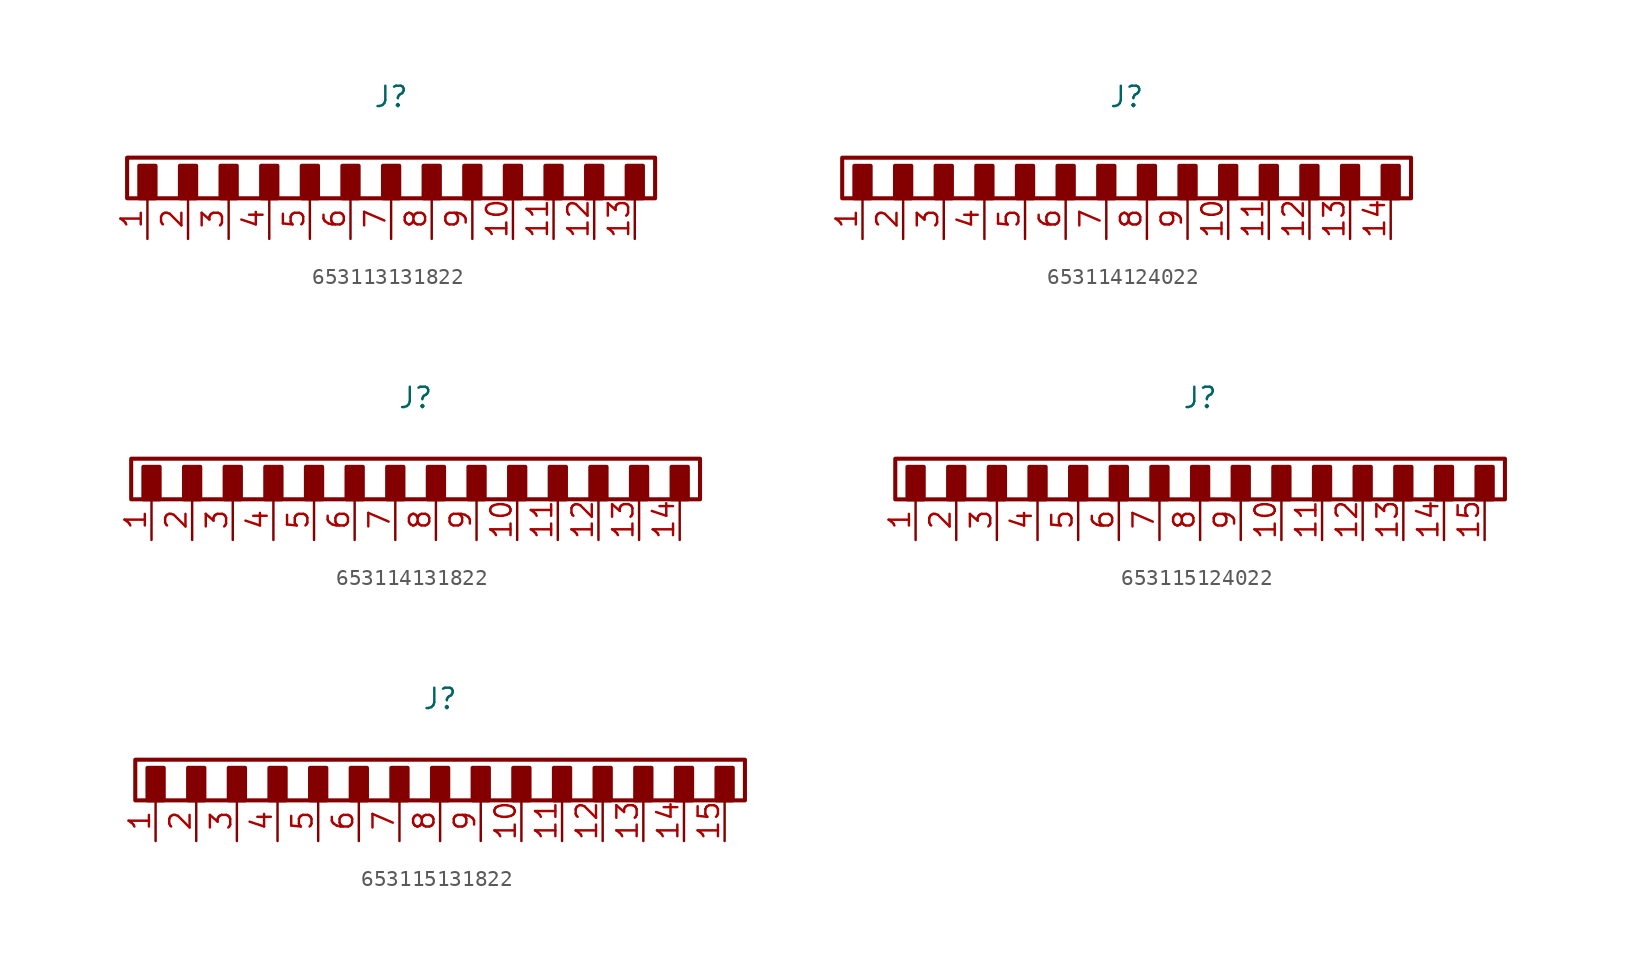
<source format=kicad_sym>
(kicad_symbol_lib
  (version 20241209)
  (generator "kicad_symbol_editor")
  (generator_version "9.0")
  (symbol "653113131822"
    (pin_names
      (hide yes))
    (property "Reference" "J"
      (at 0 5.08 0)
      (effects (font (size 1.27 1.27))))
    (symbol "653113131822_1_1"
      (rectangle (start -16.51 1.27) (end 16.51 -1.27) (stroke (width 0.254) (type solid)) (fill (type none)))
      (rectangle (start -14.732 0.762) (end -15.748 -1.27) (stroke (width 0.254) (type solid)) (fill (type outline)))
      (rectangle (start -12.192 0.762) (end -13.208 -1.27) (stroke (width 0.254) (type solid)) (fill (type outline)))
      (rectangle (start -9.652 0.762) (end -10.668 -1.27) (stroke (width 0.254) (type solid)) (fill (type outline)))
      (rectangle (start -7.112 0.762) (end -8.128 -1.27) (stroke (width 0.254) (type solid)) (fill (type outline)))
      (rectangle (start -4.572 0.762) (end -5.588 -1.27) (stroke (width 0.254) (type solid)) (fill (type outline)))
      (rectangle (start -2.032 0.762) (end -3.048 -1.27) (stroke (width 0.254) (type solid)) (fill (type outline)))
      (rectangle (start 0.508 0.762) (end -0.508 -1.27) (stroke (width 0.254) (type solid)) (fill (type outline)))
      (rectangle (start 3.048 0.762) (end 2.032 -1.27) (stroke (width 0.254) (type solid)) (fill (type outline)))
      (rectangle (start 5.588 0.762) (end 4.572 -1.27) (stroke (width 0.254) (type solid)) (fill (type outline)))
      (rectangle (start 8.128 0.762) (end 7.112 -1.27) (stroke (width 0.254) (type solid)) (fill (type outline)))
      (rectangle (start 10.668 0.762) (end 9.652 -1.27) (stroke (width 0.254) (type solid)) (fill (type outline)))
      (rectangle (start 13.208 0.762) (end 12.192 -1.27) (stroke (width 0.254) (type solid)) (fill (type outline)))
      (rectangle (start 15.748 0.762) (end 14.732 -1.27) (stroke (width 0.254) (type solid)) (fill (type outline)))
      (pin passive line (at -15.24 -3.81 90) (length 2.54) (name "1" (effects (font (size 1.27 1.27)))) (number "1" (effects (font (size 1.27 1.27)))))
      (pin passive line (at -12.7 -3.81 90) (length 2.54) (name "2" (effects (font (size 1.27 1.27)))) (number "2" (effects (font (size 1.27 1.27)))))
      (pin passive line (at -10.16 -3.81 90) (length 2.54) (name "3" (effects (font (size 1.27 1.27)))) (number "3" (effects (font (size 1.27 1.27)))))
      (pin passive line (at -7.62 -3.81 90) (length 2.54) (name "4" (effects (font (size 1.27 1.27)))) (number "4" (effects (font (size 1.27 1.27)))))
      (pin passive line (at -5.08 -3.81 90) (length 2.54) (name "5" (effects (font (size 1.27 1.27)))) (number "5" (effects (font (size 1.27 1.27)))))
      (pin passive line (at -2.54 -3.81 90) (length 2.54) (name "6" (effects (font (size 1.27 1.27)))) (number "6" (effects (font (size 1.27 1.27)))))
      (pin passive line (at 0 -3.81 90) (length 2.54) (name "7" (effects (font (size 1.27 1.27)))) (number "7" (effects (font (size 1.27 1.27)))))
      (pin passive line (at 2.54 -3.81 90) (length 2.54) (name "8" (effects (font (size 1.27 1.27)))) (number "8" (effects (font (size 1.27 1.27)))))
      (pin passive line (at 5.08 -3.81 90) (length 2.54) (name "9" (effects (font (size 1.27 1.27)))) (number "9" (effects (font (size 1.27 1.27)))))
      (pin passive line (at 7.62 -3.81 90) (length 2.54) (name "10" (effects (font (size 1.27 1.27)))) (number "10" (effects (font (size 1.27 1.27)))))
      (pin passive line (at 10.16 -3.81 90) (length 2.54) (name "11" (effects (font (size 1.27 1.27)))) (number "11" (effects (font (size 1.27 1.27)))))
      (pin passive line (at 12.7 -3.81 90) (length 2.54) (name "12" (effects (font (size 1.27 1.27)))) (number "12" (effects (font (size 1.27 1.27)))))
      (pin passive line (at 15.24 -3.81 90) (length 2.54) (name "13" (effects (font (size 1.27 1.27)))) (number "13" (effects (font (size 1.27 1.27)))))))
  (symbol "653114124022"
    (pin_names
      (hide yes))
    (property "Reference" "J"
      (at 0 5.08 0)
      (effects (font (size 1.27 1.27))))
    (symbol "653114124022_1_1"
      (rectangle (start -17.78 1.27) (end 17.78 -1.27) (stroke (width 0.254) (type solid)) (fill (type none)))
      (rectangle (start -16.002 0.762) (end -17.018 -1.27) (stroke (width 0.254) (type solid)) (fill (type outline)))
      (rectangle (start -13.462 0.762) (end -14.478 -1.27) (stroke (width 0.254) (type solid)) (fill (type outline)))
      (rectangle (start -10.922 0.762) (end -11.938 -1.27) (stroke (width 0.254) (type solid)) (fill (type outline)))
      (rectangle (start -8.382 0.762) (end -9.398 -1.27) (stroke (width 0.254) (type solid)) (fill (type outline)))
      (rectangle (start -5.842 0.762) (end -6.858 -1.27) (stroke (width 0.254) (type solid)) (fill (type outline)))
      (rectangle (start -3.302 0.762) (end -4.318 -1.27) (stroke (width 0.254) (type solid)) (fill (type outline)))
      (rectangle (start -0.762 0.762) (end -1.778 -1.27) (stroke (width 0.254) (type solid)) (fill (type outline)))
      (rectangle (start 1.778 0.762) (end 0.762 -1.27) (stroke (width 0.254) (type solid)) (fill (type outline)))
      (rectangle (start 4.318 0.762) (end 3.302 -1.27) (stroke (width 0.254) (type solid)) (fill (type outline)))
      (rectangle (start 6.858 0.762) (end 5.842 -1.27) (stroke (width 0.254) (type solid)) (fill (type outline)))
      (rectangle (start 9.398 0.762) (end 8.382 -1.27) (stroke (width 0.254) (type solid)) (fill (type outline)))
      (rectangle (start 11.938 0.762) (end 10.922 -1.27) (stroke (width 0.254) (type solid)) (fill (type outline)))
      (rectangle (start 14.478 0.762) (end 13.462 -1.27) (stroke (width 0.254) (type solid)) (fill (type outline)))
      (rectangle (start 17.018 0.762) (end 16.002 -1.27) (stroke (width 0.254) (type solid)) (fill (type outline)))
      (pin passive line (at -16.51 -3.81 90) (length 2.54) (name "1" (effects (font (size 1.27 1.27)))) (number "1" (effects (font (size 1.27 1.27)))))
      (pin passive line (at -13.97 -3.81 90) (length 2.54) (name "2" (effects (font (size 1.27 1.27)))) (number "2" (effects (font (size 1.27 1.27)))))
      (pin passive line (at -11.43 -3.81 90) (length 2.54) (name "3" (effects (font (size 1.27 1.27)))) (number "3" (effects (font (size 1.27 1.27)))))
      (pin passive line (at -8.89 -3.81 90) (length 2.54) (name "4" (effects (font (size 1.27 1.27)))) (number "4" (effects (font (size 1.27 1.27)))))
      (pin passive line (at -6.35 -3.81 90) (length 2.54) (name "5" (effects (font (size 1.27 1.27)))) (number "5" (effects (font (size 1.27 1.27)))))
      (pin passive line (at -3.81 -3.81 90) (length 2.54) (name "6" (effects (font (size 1.27 1.27)))) (number "6" (effects (font (size 1.27 1.27)))))
      (pin passive line (at -1.27 -3.81 90) (length 2.54) (name "7" (effects (font (size 1.27 1.27)))) (number "7" (effects (font (size 1.27 1.27)))))
      (pin passive line (at 1.27 -3.81 90) (length 2.54) (name "8" (effects (font (size 1.27 1.27)))) (number "8" (effects (font (size 1.27 1.27)))))
      (pin passive line (at 3.81 -3.81 90) (length 2.54) (name "9" (effects (font (size 1.27 1.27)))) (number "9" (effects (font (size 1.27 1.27)))))
      (pin passive line (at 6.35 -3.81 90) (length 2.54) (name "10" (effects (font (size 1.27 1.27)))) (number "10" (effects (font (size 1.27 1.27)))))
      (pin passive line (at 8.89 -3.81 90) (length 2.54) (name "11" (effects (font (size 1.27 1.27)))) (number "11" (effects (font (size 1.27 1.27)))))
      (pin passive line (at 11.43 -3.81 90) (length 2.54) (name "12" (effects (font (size 1.27 1.27)))) (number "12" (effects (font (size 1.27 1.27)))))
      (pin passive line (at 13.97 -3.81 90) (length 2.54) (name "13" (effects (font (size 1.27 1.27)))) (number "13" (effects (font (size 1.27 1.27)))))
      (pin passive line (at 16.51 -3.81 90) (length 2.54) (name "14" (effects (font (size 1.27 1.27)))) (number "14" (effects (font (size 1.27 1.27)))))))
  (symbol "653114131822"
    (pin_names
      (hide yes))
    (property "Reference" "J"
      (at 0 5.08 0)
      (effects (font (size 1.27 1.27))))
    (symbol "653114131822_1_1"
      (rectangle (start -17.78 1.27) (end 17.78 -1.27) (stroke (width 0.254) (type solid)) (fill (type none)))
      (rectangle (start -16.002 0.762) (end -17.018 -1.27) (stroke (width 0.254) (type solid)) (fill (type outline)))
      (rectangle (start -13.462 0.762) (end -14.478 -1.27) (stroke (width 0.254) (type solid)) (fill (type outline)))
      (rectangle (start -10.922 0.762) (end -11.938 -1.27) (stroke (width 0.254) (type solid)) (fill (type outline)))
      (rectangle (start -8.382 0.762) (end -9.398 -1.27) (stroke (width 0.254) (type solid)) (fill (type outline)))
      (rectangle (start -5.842 0.762) (end -6.858 -1.27) (stroke (width 0.254) (type solid)) (fill (type outline)))
      (rectangle (start -3.302 0.762) (end -4.318 -1.27) (stroke (width 0.254) (type solid)) (fill (type outline)))
      (rectangle (start -0.762 0.762) (end -1.778 -1.27) (stroke (width 0.254) (type solid)) (fill (type outline)))
      (rectangle (start 1.778 0.762) (end 0.762 -1.27) (stroke (width 0.254) (type solid)) (fill (type outline)))
      (rectangle (start 4.318 0.762) (end 3.302 -1.27) (stroke (width 0.254) (type solid)) (fill (type outline)))
      (rectangle (start 6.858 0.762) (end 5.842 -1.27) (stroke (width 0.254) (type solid)) (fill (type outline)))
      (rectangle (start 9.398 0.762) (end 8.382 -1.27) (stroke (width 0.254) (type solid)) (fill (type outline)))
      (rectangle (start 11.938 0.762) (end 10.922 -1.27) (stroke (width 0.254) (type solid)) (fill (type outline)))
      (rectangle (start 14.478 0.762) (end 13.462 -1.27) (stroke (width 0.254) (type solid)) (fill (type outline)))
      (rectangle (start 17.018 0.762) (end 16.002 -1.27) (stroke (width 0.254) (type solid)) (fill (type outline)))
      (pin passive line (at -16.51 -3.81 90) (length 2.54) (name "1" (effects (font (size 1.27 1.27)))) (number "1" (effects (font (size 1.27 1.27)))))
      (pin passive line (at -13.97 -3.81 90) (length 2.54) (name "2" (effects (font (size 1.27 1.27)))) (number "2" (effects (font (size 1.27 1.27)))))
      (pin passive line (at -11.43 -3.81 90) (length 2.54) (name "3" (effects (font (size 1.27 1.27)))) (number "3" (effects (font (size 1.27 1.27)))))
      (pin passive line (at -8.89 -3.81 90) (length 2.54) (name "4" (effects (font (size 1.27 1.27)))) (number "4" (effects (font (size 1.27 1.27)))))
      (pin passive line (at -6.35 -3.81 90) (length 2.54) (name "5" (effects (font (size 1.27 1.27)))) (number "5" (effects (font (size 1.27 1.27)))))
      (pin passive line (at -3.81 -3.81 90) (length 2.54) (name "6" (effects (font (size 1.27 1.27)))) (number "6" (effects (font (size 1.27 1.27)))))
      (pin passive line (at -1.27 -3.81 90) (length 2.54) (name "7" (effects (font (size 1.27 1.27)))) (number "7" (effects (font (size 1.27 1.27)))))
      (pin passive line (at 1.27 -3.81 90) (length 2.54) (name "8" (effects (font (size 1.27 1.27)))) (number "8" (effects (font (size 1.27 1.27)))))
      (pin passive line (at 3.81 -3.81 90) (length 2.54) (name "9" (effects (font (size 1.27 1.27)))) (number "9" (effects (font (size 1.27 1.27)))))
      (pin passive line (at 6.35 -3.81 90) (length 2.54) (name "10" (effects (font (size 1.27 1.27)))) (number "10" (effects (font (size 1.27 1.27)))))
      (pin passive line (at 8.89 -3.81 90) (length 2.54) (name "11" (effects (font (size 1.27 1.27)))) (number "11" (effects (font (size 1.27 1.27)))))
      (pin passive line (at 11.43 -3.81 90) (length 2.54) (name "12" (effects (font (size 1.27 1.27)))) (number "12" (effects (font (size 1.27 1.27)))))
      (pin passive line (at 13.97 -3.81 90) (length 2.54) (name "13" (effects (font (size 1.27 1.27)))) (number "13" (effects (font (size 1.27 1.27)))))
      (pin passive line (at 16.51 -3.81 90) (length 2.54) (name "14" (effects (font (size 1.27 1.27)))) (number "14" (effects (font (size 1.27 1.27)))))))
  (symbol "653115124022"
    (pin_names
      (hide yes))
    (property "Reference" "J"
      (at 0 5.08 0)
      (effects (font (size 1.27 1.27))))
    (symbol "653115124022_1_1"
      (rectangle (start -19.05 1.27) (end 19.05 -1.27) (stroke (width 0.254) (type solid)) (fill (type none)))
      (rectangle (start -17.272 0.762) (end -18.288 -1.27) (stroke (width 0.254) (type solid)) (fill (type outline)))
      (rectangle (start -14.732 0.762) (end -15.748 -1.27) (stroke (width 0.254) (type solid)) (fill (type outline)))
      (rectangle (start -12.192 0.762) (end -13.208 -1.27) (stroke (width 0.254) (type solid)) (fill (type outline)))
      (rectangle (start -9.652 0.762) (end -10.668 -1.27) (stroke (width 0.254) (type solid)) (fill (type outline)))
      (rectangle (start -7.112 0.762) (end -8.128 -1.27) (stroke (width 0.254) (type solid)) (fill (type outline)))
      (rectangle (start -4.572 0.762) (end -5.588 -1.27) (stroke (width 0.254) (type solid)) (fill (type outline)))
      (rectangle (start -2.032 0.762) (end -3.048 -1.27) (stroke (width 0.254) (type solid)) (fill (type outline)))
      (rectangle (start 0.508 0.762) (end -0.508 -1.27) (stroke (width 0.254) (type solid)) (fill (type outline)))
      (rectangle (start 3.048 0.762) (end 2.032 -1.27) (stroke (width 0.254) (type solid)) (fill (type outline)))
      (rectangle (start 5.588 0.762) (end 4.572 -1.27) (stroke (width 0.254) (type solid)) (fill (type outline)))
      (rectangle (start 8.128 0.762) (end 7.112 -1.27) (stroke (width 0.254) (type solid)) (fill (type outline)))
      (rectangle (start 10.668 0.762) (end 9.652 -1.27) (stroke (width 0.254) (type solid)) (fill (type outline)))
      (rectangle (start 13.208 0.762) (end 12.192 -1.27) (stroke (width 0.254) (type solid)) (fill (type outline)))
      (rectangle (start 15.748 0.762) (end 14.732 -1.27) (stroke (width 0.254) (type solid)) (fill (type outline)))
      (rectangle (start 18.288 0.762) (end 17.272 -1.27) (stroke (width 0.254) (type solid)) (fill (type outline)))
      (pin passive line (at -17.78 -3.81 90) (length 2.54) (name "1" (effects (font (size 1.27 1.27)))) (number "1" (effects (font (size 1.27 1.27)))))
      (pin passive line (at -15.24 -3.81 90) (length 2.54) (name "2" (effects (font (size 1.27 1.27)))) (number "2" (effects (font (size 1.27 1.27)))))
      (pin passive line (at -12.7 -3.81 90) (length 2.54) (name "3" (effects (font (size 1.27 1.27)))) (number "3" (effects (font (size 1.27 1.27)))))
      (pin passive line (at -10.16 -3.81 90) (length 2.54) (name "4" (effects (font (size 1.27 1.27)))) (number "4" (effects (font (size 1.27 1.27)))))
      (pin passive line (at -7.62 -3.81 90) (length 2.54) (name "5" (effects (font (size 1.27 1.27)))) (number "5" (effects (font (size 1.27 1.27)))))
      (pin passive line (at -5.08 -3.81 90) (length 2.54) (name "6" (effects (font (size 1.27 1.27)))) (number "6" (effects (font (size 1.27 1.27)))))
      (pin passive line (at -2.54 -3.81 90) (length 2.54) (name "7" (effects (font (size 1.27 1.27)))) (number "7" (effects (font (size 1.27 1.27)))))
      (pin passive line (at 0 -3.81 90) (length 2.54) (name "8" (effects (font (size 1.27 1.27)))) (number "8" (effects (font (size 1.27 1.27)))))
      (pin passive line (at 2.54 -3.81 90) (length 2.54) (name "9" (effects (font (size 1.27 1.27)))) (number "9" (effects (font (size 1.27 1.27)))))
      (pin passive line (at 5.08 -3.81 90) (length 2.54) (name "10" (effects (font (size 1.27 1.27)))) (number "10" (effects (font (size 1.27 1.27)))))
      (pin passive line (at 7.62 -3.81 90) (length 2.54) (name "11" (effects (font (size 1.27 1.27)))) (number "11" (effects (font (size 1.27 1.27)))))
      (pin passive line (at 10.16 -3.81 90) (length 2.54) (name "12" (effects (font (size 1.27 1.27)))) (number "12" (effects (font (size 1.27 1.27)))))
      (pin passive line (at 12.7 -3.81 90) (length 2.54) (name "13" (effects (font (size 1.27 1.27)))) (number "13" (effects (font (size 1.27 1.27)))))
      (pin passive line (at 15.24 -3.81 90) (length 2.54) (name "14" (effects (font (size 1.27 1.27)))) (number "14" (effects (font (size 1.27 1.27)))))
      (pin passive line (at 17.78 -3.81 90) (length 2.54) (name "15" (effects (font (size 1.27 1.27)))) (number "15" (effects (font (size 1.27 1.27)))))))
  (symbol "653115131822"
    (pin_names
      (hide yes))
    (property "Reference" "J"
      (at 0 5.08 0)
      (effects (font (size 1.27 1.27))))
    (symbol "653115131822_1_1"
      (rectangle (start -19.05 1.27) (end 19.05 -1.27) (stroke (width 0.254) (type solid)) (fill (type none)))
      (rectangle (start -17.272 0.762) (end -18.288 -1.27) (stroke (width 0.254) (type solid)) (fill (type outline)))
      (rectangle (start -14.732 0.762) (end -15.748 -1.27) (stroke (width 0.254) (type solid)) (fill (type outline)))
      (rectangle (start -12.192 0.762) (end -13.208 -1.27) (stroke (width 0.254) (type solid)) (fill (type outline)))
      (rectangle (start -9.652 0.762) (end -10.668 -1.27) (stroke (width 0.254) (type solid)) (fill (type outline)))
      (rectangle (start -7.112 0.762) (end -8.128 -1.27) (stroke (width 0.254) (type solid)) (fill (type outline)))
      (rectangle (start -4.572 0.762) (end -5.588 -1.27) (stroke (width 0.254) (type solid)) (fill (type outline)))
      (rectangle (start -2.032 0.762) (end -3.048 -1.27) (stroke (width 0.254) (type solid)) (fill (type outline)))
      (rectangle (start 0.508 0.762) (end -0.508 -1.27) (stroke (width 0.254) (type solid)) (fill (type outline)))
      (rectangle (start 3.048 0.762) (end 2.032 -1.27) (stroke (width 0.254) (type solid)) (fill (type outline)))
      (rectangle (start 5.588 0.762) (end 4.572 -1.27) (stroke (width 0.254) (type solid)) (fill (type outline)))
      (rectangle (start 8.128 0.762) (end 7.112 -1.27) (stroke (width 0.254) (type solid)) (fill (type outline)))
      (rectangle (start 10.668 0.762) (end 9.652 -1.27) (stroke (width 0.254) (type solid)) (fill (type outline)))
      (rectangle (start 13.208 0.762) (end 12.192 -1.27) (stroke (width 0.254) (type solid)) (fill (type outline)))
      (rectangle (start 15.748 0.762) (end 14.732 -1.27) (stroke (width 0.254) (type solid)) (fill (type outline)))
      (rectangle (start 18.288 0.762) (end 17.272 -1.27) (stroke (width 0.254) (type solid)) (fill (type outline)))
      (pin passive line (at -17.78 -3.81 90) (length 2.54) (name "1" (effects (font (size 1.27 1.27)))) (number "1" (effects (font (size 1.27 1.27)))))
      (pin passive line (at -15.24 -3.81 90) (length 2.54) (name "2" (effects (font (size 1.27 1.27)))) (number "2" (effects (font (size 1.27 1.27)))))
      (pin passive line (at -12.7 -3.81 90) (length 2.54) (name "3" (effects (font (size 1.27 1.27)))) (number "3" (effects (font (size 1.27 1.27)))))
      (pin passive line (at -10.16 -3.81 90) (length 2.54) (name "4" (effects (font (size 1.27 1.27)))) (number "4" (effects (font (size 1.27 1.27)))))
      (pin passive line (at -7.62 -3.81 90) (length 2.54) (name "5" (effects (font (size 1.27 1.27)))) (number "5" (effects (font (size 1.27 1.27)))))
      (pin passive line (at -5.08 -3.81 90) (length 2.54) (name "6" (effects (font (size 1.27 1.27)))) (number "6" (effects (font (size 1.27 1.27)))))
      (pin passive line (at -2.54 -3.81 90) (length 2.54) (name "7" (effects (font (size 1.27 1.27)))) (number "7" (effects (font (size 1.27 1.27)))))
      (pin passive line (at 0 -3.81 90) (length 2.54) (name "8" (effects (font (size 1.27 1.27)))) (number "8" (effects (font (size 1.27 1.27)))))
      (pin passive line (at 2.54 -3.81 90) (length 2.54) (name "9" (effects (font (size 1.27 1.27)))) (number "9" (effects (font (size 1.27 1.27)))))
      (pin passive line (at 5.08 -3.81 90) (length 2.54) (name "10" (effects (font (size 1.27 1.27)))) (number "10" (effects (font (size 1.27 1.27)))))
      (pin passive line (at 7.62 -3.81 90) (length 2.54) (name "11" (effects (font (size 1.27 1.27)))) (number "11" (effects (font (size 1.27 1.27)))))
      (pin passive line (at 10.16 -3.81 90) (length 2.54) (name "12" (effects (font (size 1.27 1.27)))) (number "12" (effects (font (size 1.27 1.27)))))
      (pin passive line (at 12.7 -3.81 90) (length 2.54) (name "13" (effects (font (size 1.27 1.27)))) (number "13" (effects (font (size 1.27 1.27)))))
      (pin passive line (at 15.24 -3.81 90) (length 2.54) (name "14" (effects (font (size 1.27 1.27)))) (number "14" (effects (font (size 1.27 1.27)))))
      (pin passive line (at 17.78 -3.81 90) (length 2.54) (name "15" (effects (font (size 1.27 1.27)))) (number "15" (effects (font (size 1.27 1.27))))))))
</source>
